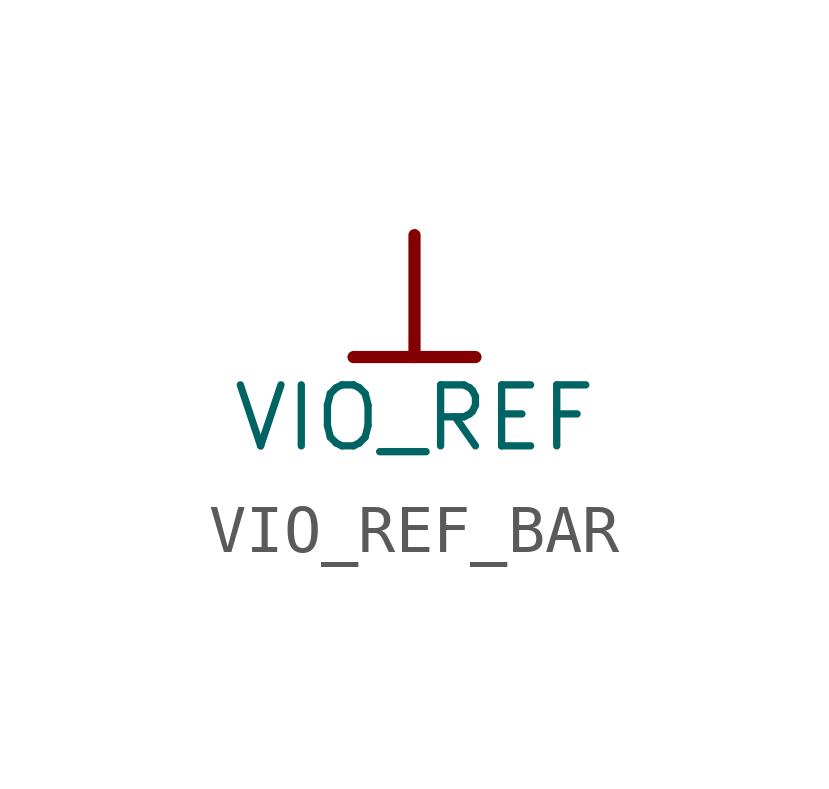
<source format=kicad_sym>
(kicad_symbol_lib
  (version 20241209)
  (generator "kicad_symbol_editor")
  (generator_version "9.0")
  (symbol "VIO_REF_BAR"
    (power)
    (property "Reference" "#PWR"
      (at 0 0 0)
      (effects (font (size 1.27 1.27)) (hide yes)))
    (property "Value" "VIO_REF"
      (at 0 -3.81 0)
      (effects (font (size 1.27 1.27))))
    (symbol "VIO_REF_BAR_0_0"
      (polyline (pts (xy -1.27 -2.54) (xy 1.27 -2.54)) (stroke (width 0.254) (type solid)) (fill (type none)))
      (polyline (pts (xy 0 0) (xy 0 -2.54)) (stroke (width 0.254) (type solid)) (fill (type none)))
      (pin power_in line (at 0 0 0) (length 0) (hide yes) (name "VIO_REF" (effects (font (size 1.27 1.27)))) (number "" (effects (font (size 1.27 1.27))))))))
</source>
